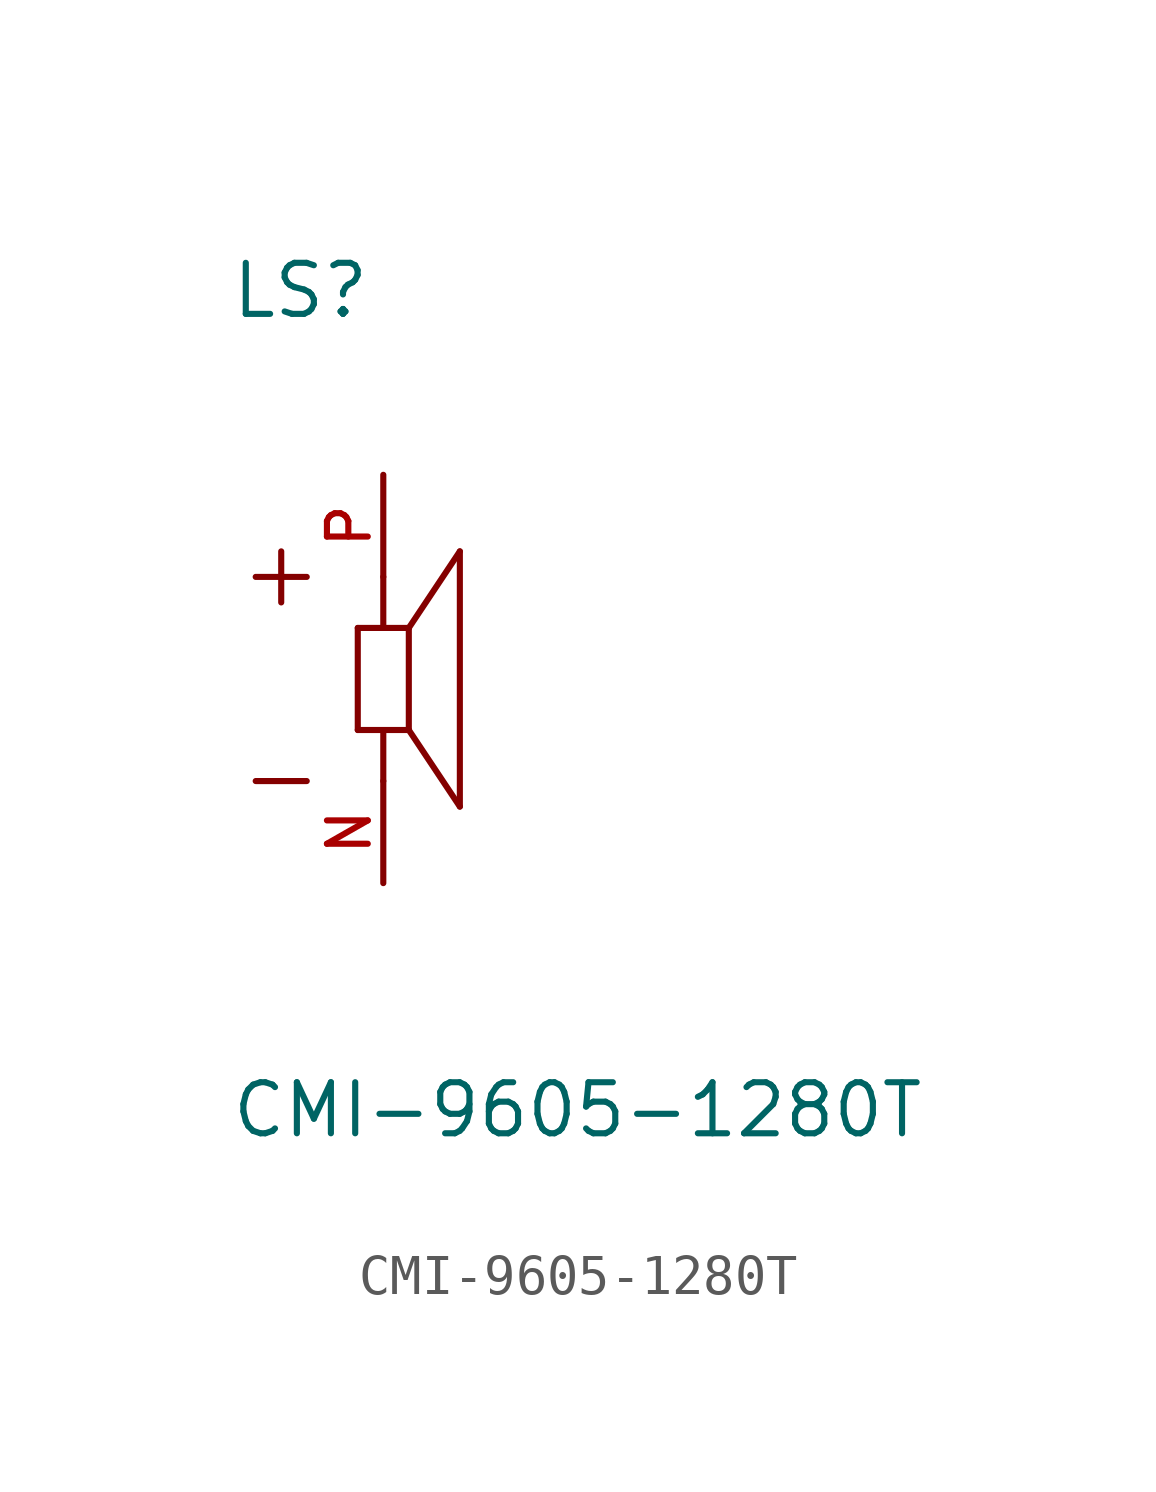
<source format=kicad_sym>
(kicad_symbol_lib
  (version 20211014)
  (generator kicad_symbol_editor)
  (symbol "CMI-9605-1280T"
    (pin_names
      (offset 1.016))
    (property "Reference" "LS"
      (at -3.824 8.922 0)
      (effects (font (size 1.27 1.27)) (justify bottom left)))
    (property "Value" "CMI-9605-1280T"
      (at -3.823 -11.468 0)
      (effects (font (size 1.27 1.27)) (justify bottom left)))
    (symbol "CMI-9605-1280T_0_0"
      (polyline (pts (xy -0.635 1.27) (xy 0.0 1.27)) (stroke (width 0.152)))
      (polyline (pts (xy 0.0 1.27) (xy 0.635 1.27)) (stroke (width 0.152)))
      (polyline (pts (xy 0.635 1.27) (xy 0.635 -1.27)) (stroke (width 0.152)))
      (polyline (pts (xy 0.635 -1.27) (xy 0.0 -1.27)) (stroke (width 0.152)))
      (polyline (pts (xy 0.0 -1.27) (xy -0.635 -1.27)) (stroke (width 0.152)))
      (polyline (pts (xy -0.635 -1.27) (xy -0.635 1.27)) (stroke (width 0.152)))
      (polyline (pts (xy 0.635 1.27) (xy 1.905 3.175)) (stroke (width 0.152)))
      (polyline (pts (xy 1.905 3.175) (xy 1.905 -3.175)) (stroke (width 0.152)))
      (polyline (pts (xy 1.905 -3.175) (xy 0.635 -1.27)) (stroke (width 0.152)))
      (polyline (pts (xy 0.0 1.27) (xy 0.0 2.54)) (stroke (width 0.152)))
      (polyline (pts (xy 0.0 -1.27) (xy 0.0 -2.54)) (stroke (width 0.152)))
      (polyline (pts (xy -2.54 3.175) (xy -2.54 1.905)) (stroke (width 0.152)))
      (polyline (pts (xy -3.175 2.54) (xy -1.905 2.54)) (stroke (width 0.152)))
      (polyline (pts (xy -3.175 -2.54) (xy -1.905 -2.54)) (stroke (width 0.152)))
      (pin passive line (at 0.0 5.08 270.0) (length 2.54) (name "~" (effects (font (size 1.016 1.016)))) (number "P" (effects (font (size 1.016 1.016)))))
      (pin passive line (at 0.0 -5.08 90.0) (length 2.54) (name "~" (effects (font (size 1.016 1.016)))) (number "N" (effects (font (size 1.016 1.016))))))))
</source>
